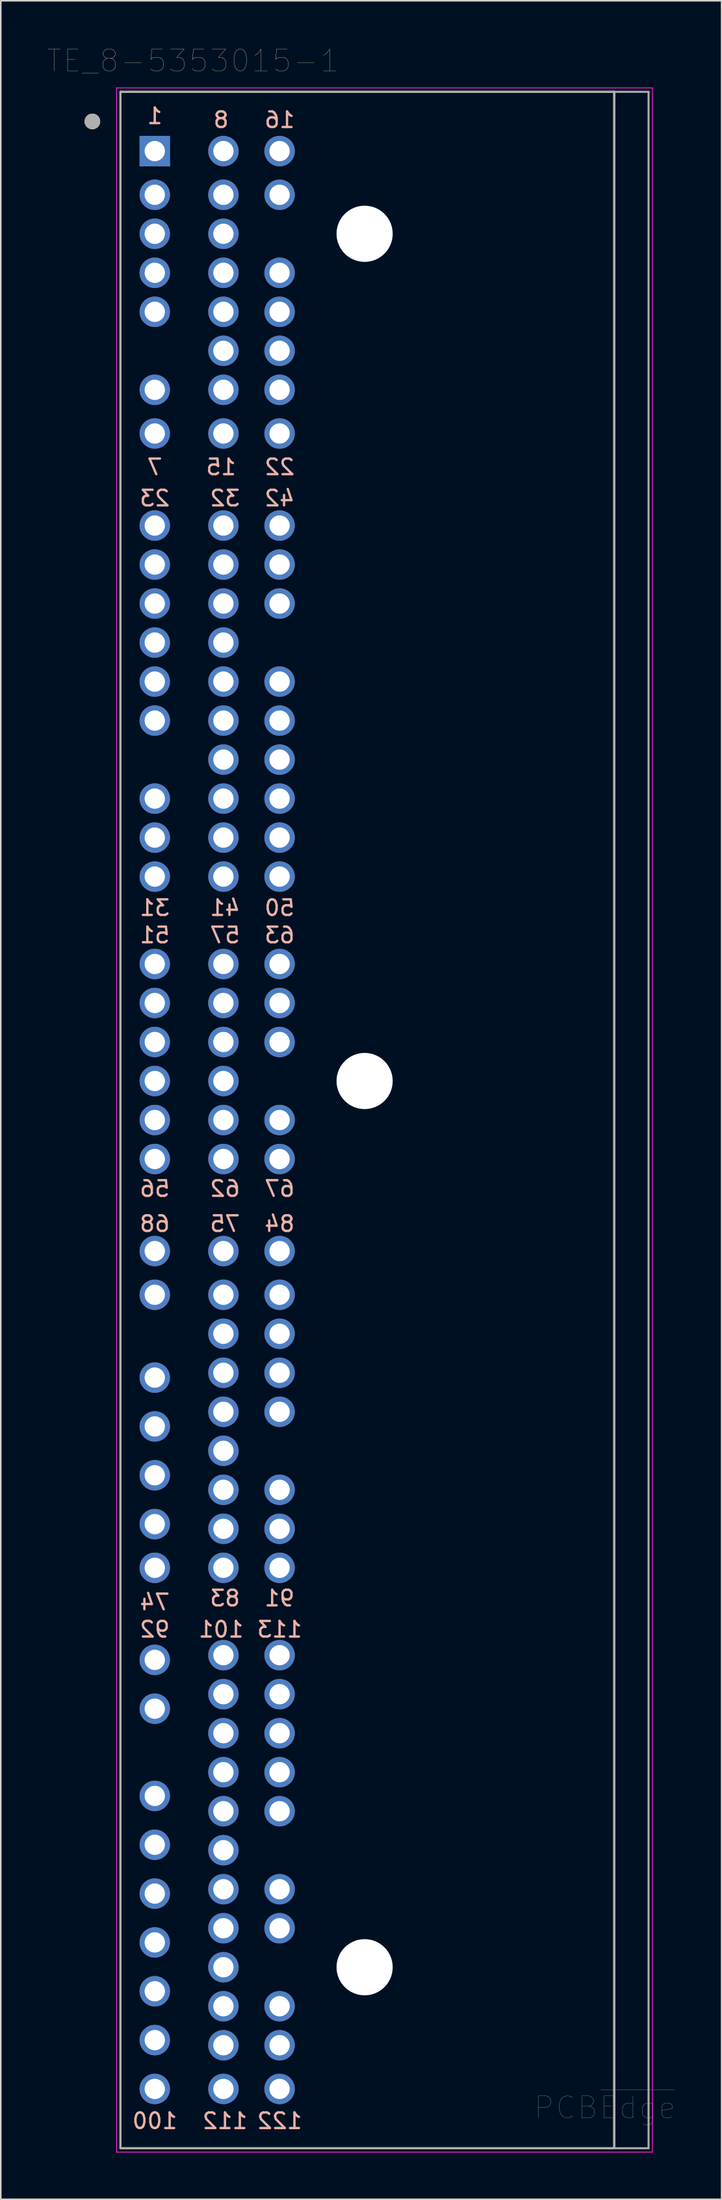
<source format=kicad_pcb>
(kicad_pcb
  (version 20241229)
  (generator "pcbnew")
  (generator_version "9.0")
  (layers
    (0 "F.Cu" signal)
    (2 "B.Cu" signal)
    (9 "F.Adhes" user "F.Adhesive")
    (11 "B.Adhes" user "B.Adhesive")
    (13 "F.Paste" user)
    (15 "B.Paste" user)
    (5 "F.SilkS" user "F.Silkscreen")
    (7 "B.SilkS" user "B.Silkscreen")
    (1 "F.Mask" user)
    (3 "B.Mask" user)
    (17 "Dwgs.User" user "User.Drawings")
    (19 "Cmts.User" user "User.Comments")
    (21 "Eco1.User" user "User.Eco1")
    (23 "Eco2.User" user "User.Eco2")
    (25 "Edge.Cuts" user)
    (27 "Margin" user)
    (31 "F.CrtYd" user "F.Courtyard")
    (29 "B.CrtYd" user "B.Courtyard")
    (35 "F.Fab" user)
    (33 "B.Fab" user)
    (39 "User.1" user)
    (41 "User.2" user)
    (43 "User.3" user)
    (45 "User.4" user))
  (footprint "TE_8-5353015-1"
    (layer "F.Cu")
    (at 6.871 6.634)
    (property "Reference" "TE_8-5353015-1" (at 2.445 -5.789 0) (layer "F.SilkS") (effects (font (size 1.4 1.4) (thickness 0.015))))
    (attr through_hole)
    (fp_line (start -2.2 -3.8) (end -2.2 128) (stroke (width 0.127) (type solid)) (layer "F.SilkS"))
    (fp_line (start -2.2 128) (end 29.45 128) (stroke (width 0.127) (type solid)) (layer "F.SilkS"))
    (fp_line (start 29.45 -3.8) (end -2.2 -3.8) (stroke (width 0.127) (type solid)) (layer "F.SilkS"))
    (fp_line (start 29.45 128) (end 29.45 -3.8) (stroke (width 0.127) (type solid)) (layer "F.SilkS"))
    (fp_circle (center -4 -1.9) (end -3.75 -1.9) (stroke (width 0.5) (type solid)) (fill no) (layer "F.SilkS"))
    (fp_line (start -2.45 -4.05) (end 31.9 -4.05) (stroke (width 0.05) (type solid)) (layer "F.CrtYd"))
    (fp_line (start -2.45 128.25) (end -2.45 -4.05) (stroke (width 0.05) (type solid)) (layer "F.CrtYd"))
    (fp_line (start 31.9 -4.05) (end 31.9 128.25) (stroke (width 0.05) (type solid)) (layer "F.CrtYd"))
    (fp_line (start 31.9 128.25) (end -2.45 128.25) (stroke (width 0.05) (type solid)) (layer "F.CrtYd"))
    (fp_line (start -2.2 -3.8) (end -2.2 128) (stroke (width 0.127) (type solid)) (layer "F.Fab"))
    (fp_line (start -2.2 128) (end 29.45 128) (stroke (width 0.127) (type solid)) (layer "F.Fab"))
    (fp_line (start 29.45 -3.8) (end -2.2 -3.8) (stroke (width 0.127) (type solid)) (layer "F.Fab"))
    (fp_line (start 29.45 128) (end 29.45 -3.8) (stroke (width 0.127) (type solid)) (layer "F.Fab"))
    (fp_line (start 29.45 128) (end 31.65 128) (stroke (width 0.127) (type solid)) (layer "F.Fab"))
    (fp_line (start 31.65 -3.8) (end 29.45 -3.8) (stroke (width 0.127) (type solid)) (layer "F.Fab"))
    (fp_line (start 31.65 128) (end 31.65 -3.8) (stroke (width 0.127) (type solid)) (layer "F.Fab"))
    (fp_circle (center -4 -1.9) (end -3.75 -1.9) (stroke (width 0.5) (type solid)) (fill no) (layer "F.Fab"))
    (fp_text user "41" (at 4.5 48.5 0) (layer "B.SilkS") (effects (font (size 1 1) (thickness 0.15)) (justify mirror)))
    (fp_text user "101" (at 4.25 94.75 0) (layer "B.SilkS") (effects (font (size 1 1) (thickness 0.15)) (justify mirror)))
    (fp_text user "56" (at 0 66.5 0) (layer "B.SilkS") (effects (font (size 1 1) (thickness 0.15)) (justify mirror)))
    (fp_text user "100" (at 0 126.25 0) (layer "B.SilkS") (effects (font (size 1 1) (thickness 0.15)) (justify mirror)))
    (fp_text user "51" (at 0 50.25 0) (layer "B.SilkS") (effects (font (size 1 1) (thickness 0.15)) (justify mirror)))
    (fp_text user "91" (at 8 92.75 0) (layer "B.SilkS") (effects (font (size 1 1) (thickness 0.15)) (justify mirror)))
    (fp_text user "83" (at 4.5 92.75 0) (layer "B.SilkS") (effects (font (size 1 1) (thickness 0.15)) (justify mirror)))
    (fp_text user "68" (at 0 68.75 0) (layer "B.SilkS") (effects (font (size 1 1) (thickness 0.15)) (justify mirror)))
    (fp_text user "63" (at 8 50.25 0) (layer "B.SilkS") (effects (font (size 1 1) (thickness 0.15)) (justify mirror)))
    (fp_text user "74" (at 0 93 0) (layer "B.SilkS") (effects (font (size 1 1) (thickness 0.15)) (justify mirror)))
    (fp_text user "31" (at 0 48.5 0) (layer "B.SilkS") (effects (font (size 1 1) (thickness 0.15)) (justify mirror)))
    (fp_text user "75" (at 4.5 68.75 0) (layer "B.SilkS") (effects (font (size 1 1) (thickness 0.15)) (justify mirror)))
    (fp_text user "67" (at 8 66.5 0) (layer "B.SilkS") (effects (font (size 1 1) (thickness 0.15)) (justify mirror)))
    (fp_text user "22" (at 8 20.25 0) (layer "B.SilkS") (effects (font (size 1 1) (thickness 0.15)) (justify mirror)))
    (fp_text user "50" (at 8 48.5 0) (layer "B.SilkS") (effects (font (size 1 1) (thickness 0.15)) (justify mirror)))
    (fp_text user "7" (at 0 20.25 0) (layer "B.SilkS") (effects (font (size 1 1) (thickness 0.15)) (justify mirror)))
    (fp_text user "42" (at 8 22.25 0) (layer "B.SilkS") (effects (font (size 1 1) (thickness 0.15)) (justify mirror)))
    (fp_text user "122" (at 8 126.25 0) (layer "B.SilkS") (effects (font (size 1 1) (thickness 0.15)) (justify mirror)))
    (fp_text user "8" (at 4.25 -2 0) (layer "B.SilkS") (effects (font (size 1 1) (thickness 0.15)) (justify mirror)))
    (fp_text user "1" (at 0 -2.25 0) (layer "B.SilkS") (effects (font (size 1 1) (thickness 0.15)) (justify mirror)))
    (fp_text user "62" (at 4.5 66.5 0) (layer "B.SilkS") (effects (font (size 1 1) (thickness 0.15)) (justify mirror)))
    (fp_text user "92" (at 0 94.75 0) (layer "B.SilkS") (effects (font (size 1 1) (thickness 0.15)) (justify mirror)))
    (fp_text user "113" (at 8 94.75 0) (layer "B.SilkS") (effects (font (size 1 1) (thickness 0.15)) (justify mirror)))
    (fp_text user "112" (at 4.5 126.25 0) (layer "B.SilkS") (effects (font (size 1 1) (thickness 0.15)) (justify mirror)))
    (fp_text user "15" (at 4.25 20.25 0) (layer "B.SilkS") (effects (font (size 1 1) (thickness 0.15)) (justify mirror)))
    (fp_text user "57" (at 4.5 50.25 0) (layer "B.SilkS") (effects (font (size 1 1) (thickness 0.15)) (justify mirror)))
    (fp_text user "32" (at 4.5 22.25 0) (layer "B.SilkS") (effects (font (size 1 1) (thickness 0.15)) (justify mirror)))
    (fp_text user "84" (at 8 68.75 0) (layer "B.SilkS") (effects (font (size 1 1) (thickness 0.15)) (justify mirror)))
    (fp_text user "23" (at 0 22.25 0) (layer "B.SilkS") (effects (font (size 1 1) (thickness 0.15)) (justify mirror)))
    (fp_text user "16" (at 8 -2 0) (layer "B.SilkS") (effects (font (size 1 1) (thickness 0.15)) (justify mirror)))
    (fp_text user "PCB~{Edge}" (at 28.85 125.4 0) (layer "F.Fab") (effects (font (size 1.4 1.4) (thickness 0.015))))
    (pad "" np_thru_hole circle (at 13.45 5.3) (size 3.6 3.6) (drill 3.6) (layers "*.Cu" "*.Mask"))
    (pad "" np_thru_hole circle (at 13.45 59.6) (size 3.6 3.6) (drill 3.6) (layers "*.Cu" "*.Mask"))
    (pad "" np_thru_hole circle (at 13.45 116.4) (size 3.6 3.6) (drill 3.6) (layers "*.Cu" "*.Mask"))
    (pad "1" thru_hole rect (at 0 0) (size 1.95 1.95) (drill 1.3) (layers "*.Cu" "*.Mask"))
    (pad "2" thru_hole circle (at 0 2.8) (size 1.95 1.95) (drill 1.3) (layers "*.Cu" "*.Mask"))
    (pad "3" thru_hole circle (at 0 5.3) (size 1.95 1.95) (drill 1.3) (layers "*.Cu" "*.Mask"))
    (pad "4" thru_hole circle (at 0 7.8) (size 1.95 1.95) (drill 1.3) (layers "*.Cu" "*.Mask"))
    (pad "5" thru_hole circle (at 0 10.3) (size 1.95 1.95) (drill 1.3) (layers "*.Cu" "*.Mask"))
    (pad "6" thru_hole circle (at 0 15.3) (size 1.95 1.95) (drill 1.3) (layers "*.Cu" "*.Mask"))
    (pad "7" thru_hole circle (at 0 18.1) (size 1.95 1.95) (drill 1.3) (layers "*.Cu" "*.Mask"))
    (pad "8" thru_hole circle (at 4.4 0) (size 1.95 1.95) (drill 1.3) (layers "*.Cu" "*.Mask"))
    (pad "9" thru_hole circle (at 4.4 2.8) (size 1.95 1.95) (drill 1.3) (layers "*.Cu" "*.Mask"))
    (pad "10" thru_hole circle (at 4.4 5.3) (size 1.95 1.95) (drill 1.3) (layers "*.Cu" "*.Mask"))
    (pad "11" thru_hole circle (at 4.4 7.8) (size 1.95 1.95) (drill 1.3) (layers "*.Cu" "*.Mask"))
    (pad "12" thru_hole circle (at 4.4 10.3) (size 1.95 1.95) (drill 1.3) (layers "*.Cu" "*.Mask"))
    (pad "13" thru_hole circle (at 4.4 12.8) (size 1.95 1.95) (drill 1.3) (layers "*.Cu" "*.Mask"))
    (pad "14" thru_hole circle (at 4.4 15.3) (size 1.95 1.95) (drill 1.3) (layers "*.Cu" "*.Mask"))
    (pad "15" thru_hole circle (at 4.4 18.1) (size 1.95 1.95) (drill 1.3) (layers "*.Cu" "*.Mask"))
    (pad "16" thru_hole circle (at 8 0) (size 1.95 1.95) (drill 1.3) (layers "*.Cu" "*.Mask"))
    (pad "17" thru_hole circle (at 8 2.8) (size 1.95 1.95) (drill 1.3) (layers "*.Cu" "*.Mask"))
    (pad "18" thru_hole circle (at 8 7.8) (size 1.95 1.95) (drill 1.3) (layers "*.Cu" "*.Mask"))
    (pad "19" thru_hole circle (at 8 10.3) (size 1.95 1.95) (drill 1.3) (layers "*.Cu" "*.Mask"))
    (pad "20" thru_hole circle (at 8 12.8) (size 1.95 1.95) (drill 1.3) (layers "*.Cu" "*.Mask"))
    (pad "21" thru_hole circle (at 8 15.3) (size 1.95 1.95) (drill 1.3) (layers "*.Cu" "*.Mask"))
    (pad "22" thru_hole circle (at 8 18.1) (size 1.95 1.95) (drill 1.3) (layers "*.Cu" "*.Mask"))
    (pad "23" thru_hole circle (at 0 24) (size 1.95 1.95) (drill 1.3) (layers "*.Cu" "*.Mask"))
    (pad "24" thru_hole circle (at 0 26.5) (size 1.95 1.95) (drill 1.3) (layers "*.Cu" "*.Mask"))
    (pad "25" thru_hole circle (at 0 29) (size 1.95 1.95) (drill 1.3) (layers "*.Cu" "*.Mask"))
    (pad "26" thru_hole circle (at 0 31.5) (size 1.95 1.95) (drill 1.3) (layers "*.Cu" "*.Mask"))
    (pad "27" thru_hole circle (at 0 34) (size 1.95 1.95) (drill 1.3) (layers "*.Cu" "*.Mask"))
    (pad "28" thru_hole circle (at 0 36.5) (size 1.95 1.95) (drill 1.3) (layers "*.Cu" "*.Mask"))
    (pad "29" thru_hole circle (at 0 41.5) (size 1.95 1.95) (drill 1.3) (layers "*.Cu" "*.Mask"))
    (pad "30" thru_hole circle (at 0 44) (size 1.95 1.95) (drill 1.3) (layers "*.Cu" "*.Mask"))
    (pad "31" thru_hole circle (at 0 46.5) (size 1.95 1.95) (drill 1.3) (layers "*.Cu" "*.Mask"))
    (pad "32" thru_hole circle (at 4.4 24) (size 1.95 1.95) (drill 1.3) (layers "*.Cu" "*.Mask"))
    (pad "33" thru_hole circle (at 4.4 26.5) (size 1.95 1.95) (drill 1.3) (layers "*.Cu" "*.Mask"))
    (pad "34" thru_hole circle (at 4.4 29) (size 1.95 1.95) (drill 1.3) (layers "*.Cu" "*.Mask"))
    (pad "35" thru_hole circle (at 4.4 31.5) (size 1.95 1.95) (drill 1.3) (layers "*.Cu" "*.Mask"))
    (pad "36" thru_hole circle (at 4.4 34) (size 1.95 1.95) (drill 1.3) (layers "*.Cu" "*.Mask"))
    (pad "37" thru_hole circle (at 4.4 36.5) (size 1.95 1.95) (drill 1.3) (layers "*.Cu" "*.Mask"))
    (pad "38" thru_hole circle (at 4.4 39) (size 1.95 1.95) (drill 1.3) (layers "*.Cu" "*.Mask"))
    (pad "39" thru_hole circle (at 4.4 41.5) (size 1.95 1.95) (drill 1.3) (layers "*.Cu" "*.Mask"))
    (pad "40" thru_hole circle (at 4.4 44) (size 1.95 1.95) (drill 1.3) (layers "*.Cu" "*.Mask"))
    (pad "41" thru_hole circle (at 4.4 46.5) (size 1.95 1.95) (drill 1.3) (layers "*.Cu" "*.Mask"))
    (pad "42" thru_hole circle (at 8 24) (size 1.95 1.95) (drill 1.3) (layers "*.Cu" "*.Mask"))
    (pad "43" thru_hole circle (at 8 26.5) (size 1.95 1.95) (drill 1.3) (layers "*.Cu" "*.Mask"))
    (pad "44" thru_hole circle (at 8 29) (size 1.95 1.95) (drill 1.3) (layers "*.Cu" "*.Mask"))
    (pad "45" thru_hole circle (at 8 34) (size 1.95 1.95) (drill 1.3) (layers "*.Cu" "*.Mask"))
    (pad "46" thru_hole circle (at 8 36.5) (size 1.95 1.95) (drill 1.3) (layers "*.Cu" "*.Mask"))
    (pad "47" thru_hole circle (at 8 39) (size 1.95 1.95) (drill 1.3) (layers "*.Cu" "*.Mask"))
    (pad "48" thru_hole circle (at 8 41.5) (size 1.95 1.95) (drill 1.3) (layers "*.Cu" "*.Mask"))
    (pad "49" thru_hole circle (at 8 44) (size 1.95 1.95) (drill 1.3) (layers "*.Cu" "*.Mask"))
    (pad "50" thru_hole circle (at 8 46.5) (size 1.95 1.95) (drill 1.3) (layers "*.Cu" "*.Mask"))
    (pad "51" thru_hole circle (at 0 52.1) (size 1.95 1.95) (drill 1.3) (layers "*.Cu" "*.Mask"))
    (pad "52" thru_hole circle (at 0 54.6) (size 1.95 1.95) (drill 1.3) (layers "*.Cu" "*.Mask"))
    (pad "53" thru_hole circle (at 0 57.1) (size 1.95 1.95) (drill 1.3) (layers "*.Cu" "*.Mask"))
    (pad "54" thru_hole circle (at 0 59.6) (size 1.95 1.95) (drill 1.3) (layers "*.Cu" "*.Mask"))
    (pad "55" thru_hole circle (at 0 62.1) (size 1.95 1.95) (drill 1.3) (layers "*.Cu" "*.Mask"))
    (pad "56" thru_hole circle (at 0 64.6) (size 1.95 1.95) (drill 1.3) (layers "*.Cu" "*.Mask"))
    (pad "57" thru_hole circle (at 4.4 52.1) (size 1.95 1.95) (drill 1.3) (layers "*.Cu" "*.Mask"))
    (pad "58" thru_hole circle (at 4.4 54.6) (size 1.95 1.95) (drill 1.3) (layers "*.Cu" "*.Mask"))
    (pad "59" thru_hole circle (at 4.4 57.1) (size 1.95 1.95) (drill 1.3) (layers "*.Cu" "*.Mask"))
    (pad "60" thru_hole circle (at 4.4 59.6) (size 1.95 1.95) (drill 1.3) (layers "*.Cu" "*.Mask"))
    (pad "61" thru_hole circle (at 4.4 62.1) (size 1.95 1.95) (drill 1.3) (layers "*.Cu" "*.Mask"))
    (pad "62" thru_hole circle (at 4.4 64.6) (size 1.95 1.95) (drill 1.3) (layers "*.Cu" "*.Mask"))
    (pad "63" thru_hole circle (at 8 52.1) (size 1.95 1.95) (drill 1.3) (layers "*.Cu" "*.Mask"))
    (pad "64" thru_hole circle (at 8 54.6) (size 1.95 1.95) (drill 1.3) (layers "*.Cu" "*.Mask"))
    (pad "65" thru_hole circle (at 8 57.1) (size 1.95 1.95) (drill 1.3) (layers "*.Cu" "*.Mask"))
    (pad "66" thru_hole circle (at 8 62.1) (size 1.95 1.95) (drill 1.3) (layers "*.Cu" "*.Mask"))
    (pad "67" thru_hole circle (at 8 64.6) (size 1.95 1.95) (drill 1.3) (layers "*.Cu" "*.Mask"))
    (pad "68" thru_hole circle (at 0 70.5) (size 1.95 1.95) (drill 1.3) (layers "*.Cu" "*.Mask"))
    (pad "69" thru_hole circle (at 0 73.3) (size 1.95 1.95) (drill 1.3) (layers "*.Cu" "*.Mask"))
    (pad "70" thru_hole circle (at 0 78.61) (size 1.95 1.95) (drill 1.3) (layers "*.Cu" "*.Mask"))
    (pad "71" thru_hole circle (at 0 81.74) (size 1.95 1.95) (drill 1.3) (layers "*.Cu" "*.Mask"))
    (pad "72" thru_hole circle (at 0 84.87) (size 1.95 1.95) (drill 1.3) (layers "*.Cu" "*.Mask"))
    (pad "73" thru_hole circle (at 0 88) (size 1.95 1.95) (drill 1.3) (layers "*.Cu" "*.Mask"))
    (pad "74" thru_hole circle (at 0 90.8) (size 1.95 1.95) (drill 1.3) (layers "*.Cu" "*.Mask"))
    (pad "75" thru_hole circle (at 4.4 70.5) (size 1.95 1.95) (drill 1.3) (layers "*.Cu" "*.Mask"))
    (pad "76" thru_hole circle (at 4.4 73.3) (size 1.95 1.95) (drill 1.3) (layers "*.Cu" "*.Mask"))
    (pad "77" thru_hole circle (at 4.4 75.8) (size 1.95 1.95) (drill 1.3) (layers "*.Cu" "*.Mask"))
    (pad "78" thru_hole circle (at 4.4 78.3) (size 1.95 1.95) (drill 1.3) (layers "*.Cu" "*.Mask"))
    (pad "79" thru_hole circle (at 4.4 80.8) (size 1.95 1.95) (drill 1.3) (layers "*.Cu" "*.Mask"))
    (pad "80" thru_hole circle (at 4.4 83.3) (size 1.95 1.95) (drill 1.3) (layers "*.Cu" "*.Mask"))
    (pad "81" thru_hole circle (at 4.4 85.8) (size 1.95 1.95) (drill 1.3) (layers "*.Cu" "*.Mask"))
    (pad "82" thru_hole circle (at 4.4 88.3) (size 1.95 1.95) (drill 1.3) (layers "*.Cu" "*.Mask"))
    (pad "83" thru_hole circle (at 4.4 90.8) (size 1.95 1.95) (drill 1.3) (layers "*.Cu" "*.Mask"))
    (pad "84" thru_hole circle (at 8 70.5) (size 1.95 1.95) (drill 1.3) (layers "*.Cu" "*.Mask"))
    (pad "85" thru_hole circle (at 8 73.3) (size 1.95 1.95) (drill 1.3) (layers "*.Cu" "*.Mask"))
    (pad "86" thru_hole circle (at 8 75.8) (size 1.95 1.95) (drill 1.3) (layers "*.Cu" "*.Mask"))
    (pad "87" thru_hole circle (at 8 78.3) (size 1.95 1.95) (drill 1.3) (layers "*.Cu" "*.Mask"))
    (pad "88" thru_hole circle (at 8 80.8) (size 1.95 1.95) (drill 1.3) (layers "*.Cu" "*.Mask"))
    (pad "89" thru_hole circle (at 8 85.8) (size 1.95 1.95) (drill 1.3) (layers "*.Cu" "*.Mask"))
    (pad "90" thru_hole circle (at 8 88.3) (size 1.95 1.95) (drill 1.3) (layers "*.Cu" "*.Mask"))
    (pad "91" thru_hole circle (at 8 90.8) (size 1.95 1.95) (drill 1.3) (layers "*.Cu" "*.Mask"))
    (pad "92" thru_hole circle (at 0 96.7) (size 1.95 1.95) (drill 1.3) (layers "*.Cu" "*.Mask"))
    (pad "93" thru_hole circle (at 0 99.83) (size 1.95 1.95) (drill 1.3) (layers "*.Cu" "*.Mask"))
    (pad "94" thru_hole circle (at 0 105.42) (size 1.95 1.95) (drill 1.3) (layers "*.Cu" "*.Mask"))
    (pad "95" thru_hole circle (at 0 108.55) (size 1.95 1.95) (drill 1.3) (layers "*.Cu" "*.Mask"))
    (pad "96" thru_hole circle (at 0 111.68) (size 1.95 1.95) (drill 1.3) (layers "*.Cu" "*.Mask"))
    (pad "97" thru_hole circle (at 0 114.81) (size 1.95 1.95) (drill 1.3) (layers "*.Cu" "*.Mask"))
    (pad "98" thru_hole circle (at 0 117.94) (size 1.95 1.95) (drill 1.3) (layers "*.Cu" "*.Mask"))
    (pad "99" thru_hole circle (at 0 121.07) (size 1.95 1.95) (drill 1.3) (layers "*.Cu" "*.Mask"))
    (pad "100" thru_hole circle (at 0 124.2) (size 1.95 1.95) (drill 1.3) (layers "*.Cu" "*.Mask"))
    (pad "101" thru_hole circle (at 4.4 96.4) (size 1.95 1.95) (drill 1.3) (layers "*.Cu" "*.Mask"))
    (pad "102" thru_hole circle (at 4.4 98.9) (size 1.95 1.95) (drill 1.3) (layers "*.Cu" "*.Mask"))
    (pad "103" thru_hole circle (at 4.4 101.4) (size 1.95 1.95) (drill 1.3) (layers "*.Cu" "*.Mask"))
    (pad "104" thru_hole circle (at 4.4 103.9) (size 1.95 1.95) (drill 1.3) (layers "*.Cu" "*.Mask"))
    (pad "105" thru_hole circle (at 4.4 106.4) (size 1.95 1.95) (drill 1.3) (layers "*.Cu" "*.Mask"))
    (pad "106" thru_hole circle (at 4.4 108.9) (size 1.95 1.95) (drill 1.3) (layers "*.Cu" "*.Mask"))
    (pad "107" thru_hole circle (at 4.4 111.4) (size 1.95 1.95) (drill 1.3) (layers "*.Cu" "*.Mask"))
    (pad "108" thru_hole circle (at 4.4 113.9) (size 1.95 1.95) (drill 1.3) (layers "*.Cu" "*.Mask"))
    (pad "109" thru_hole circle (at 4.4 116.4) (size 1.95 1.95) (drill 1.3) (layers "*.Cu" "*.Mask"))
    (pad "110" thru_hole circle (at 4.4 118.9) (size 1.95 1.95) (drill 1.3) (layers "*.Cu" "*.Mask"))
    (pad "111" thru_hole circle (at 4.4 121.4) (size 1.95 1.95) (drill 1.3) (layers "*.Cu" "*.Mask"))
    (pad "112" thru_hole circle (at 4.4 124.2) (size 1.95 1.95) (drill 1.3) (layers "*.Cu" "*.Mask"))
    (pad "113" thru_hole circle (at 8 96.4) (size 1.95 1.95) (drill 1.3) (layers "*.Cu" "*.Mask"))
    (pad "114" thru_hole circle (at 8 98.9) (size 1.95 1.95) (drill 1.3) (layers "*.Cu" "*.Mask"))
    (pad "115" thru_hole circle (at 8 101.4) (size 1.95 1.95) (drill 1.3) (layers "*.Cu" "*.Mask"))
    (pad "116" thru_hole circle (at 8 103.9) (size 1.95 1.95) (drill 1.3) (layers "*.Cu" "*.Mask"))
    (pad "117" thru_hole circle (at 8 106.4) (size 1.95 1.95) (drill 1.3) (layers "*.Cu" "*.Mask"))
    (pad "118" thru_hole circle (at 8 111.4) (size 1.95 1.95) (drill 1.3) (layers "*.Cu" "*.Mask"))
    (pad "119" thru_hole circle (at 8 113.9) (size 1.95 1.95) (drill 1.3) (layers "*.Cu" "*.Mask"))
    (pad "120" thru_hole circle (at 8 118.9) (size 1.95 1.95) (drill 1.3) (layers "*.Cu" "*.Mask"))
    (pad "121" thru_hole circle (at 8 121.4) (size 1.95 1.95) (drill 1.3) (layers "*.Cu" "*.Mask"))
    (pad "122" thru_hole circle (at 8 124.2) (size 1.95 1.95) (drill 1.3) (layers "*.Cu" "*.Mask")))
  (gr_rect
    (start -3 -3)
    (end 43.203 137.909)
    (stroke (width 0.1) (type default))
    (fill no)
    (layer "Edge.Cuts")))
</source>
